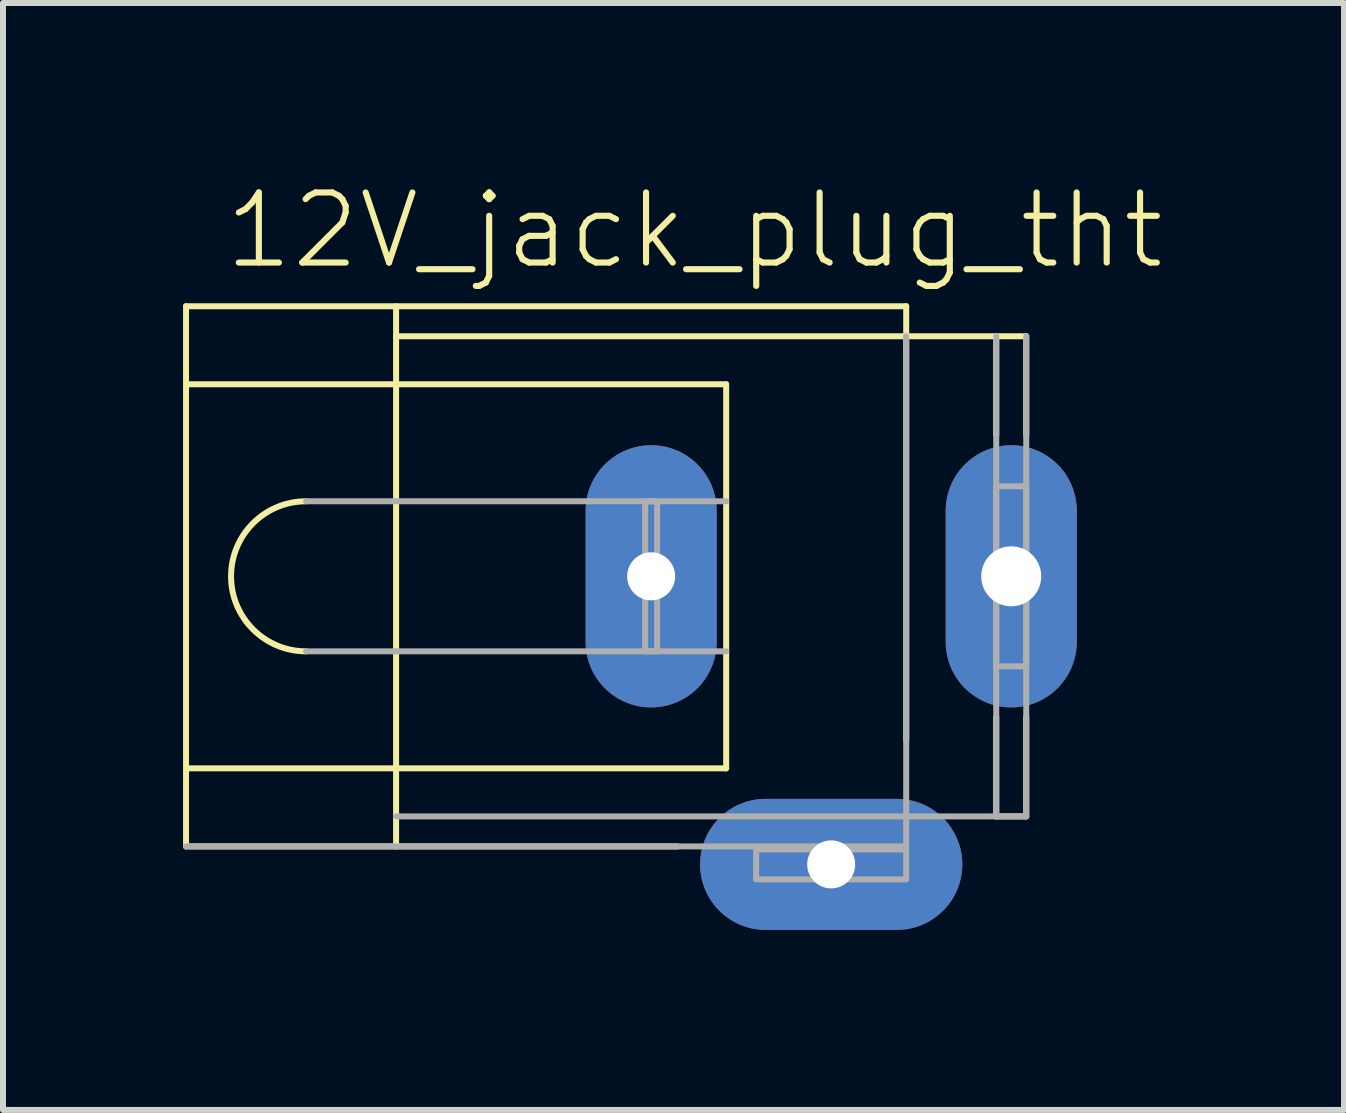
<source format=kicad_pcb>
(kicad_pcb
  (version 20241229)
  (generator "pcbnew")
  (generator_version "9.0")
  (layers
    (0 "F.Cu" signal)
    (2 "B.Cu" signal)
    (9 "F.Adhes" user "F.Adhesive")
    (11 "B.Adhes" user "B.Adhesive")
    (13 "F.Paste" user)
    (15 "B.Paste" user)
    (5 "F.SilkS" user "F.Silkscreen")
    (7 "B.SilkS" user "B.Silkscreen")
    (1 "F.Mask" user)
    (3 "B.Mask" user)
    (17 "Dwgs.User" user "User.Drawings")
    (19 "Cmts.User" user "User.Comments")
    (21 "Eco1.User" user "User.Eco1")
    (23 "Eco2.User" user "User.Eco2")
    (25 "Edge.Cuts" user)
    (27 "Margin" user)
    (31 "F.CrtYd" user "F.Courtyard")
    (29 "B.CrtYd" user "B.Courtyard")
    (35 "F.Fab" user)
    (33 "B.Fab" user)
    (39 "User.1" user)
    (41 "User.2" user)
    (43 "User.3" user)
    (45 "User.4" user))
  (footprint "12V_jack_plug_tht"
    (layer "F.Cu")
    (at 10.8 6.553)
    (property "Reference" "12V_jack_plug_tht" (at -10.16 -5.08 0) (layer "F.SilkS") (effects (font (size 1.168 1.168) (thickness 0.102)) (justify left bottom)))
    (fp_line (start -10.75 -4.5) (end 1.25 -4.5) (stroke (width 0.1) (type solid)) (layer "F.SilkS"))
    (fp_line (start -10.75 -3.2) (end -10.75 -4.5) (stroke (width 0.1) (type solid)) (layer "F.SilkS"))
    (fp_line (start -10.75 -3.2) (end -1.75 -3.2) (stroke (width 0.1) (type solid)) (layer "F.SilkS"))
    (fp_line (start -10.75 3.2) (end -10.75 -3.2) (stroke (width 0.1) (type solid)) (layer "F.SilkS"))
    (fp_line (start -10.75 3.2) (end -1.75 3.2) (stroke (width 0.1) (type solid)) (layer "F.SilkS"))
    (fp_line (start -10.75 4.5) (end -10.75 3.2) (stroke (width 0.1) (type solid)) (layer "F.SilkS"))
    (fp_line (start -10.75 4.5) (end -2.56 4.5) (stroke (width 0.1) (type solid)) (layer "F.SilkS"))
    (fp_line (start -7.25 -4) (end -7.25 -4.5) (stroke (width 0.1) (type solid)) (layer "F.SilkS"))
    (fp_line (start -7.25 -4) (end 1.25 -4) (stroke (width 0.1) (type solid)) (layer "F.SilkS"))
    (fp_line (start -7.25 4.5) (end -7.25 -4) (stroke (width 0.1) (type solid)) (layer "F.SilkS"))
    (fp_line (start -1.75 -1.25) (end -1.75 -3.2) (stroke (width 0.1) (type solid)) (layer "F.SilkS"))
    (fp_line (start -1.75 1.25) (end -1.75 -1.25) (stroke (width 0.1) (type solid)) (layer "F.SilkS"))
    (fp_line (start -1.75 3.2) (end -1.75 1.25) (stroke (width 0.1) (type solid)) (layer "F.SilkS"))
    (fp_line (start 1.25 -4) (end 1.25 -4.5) (stroke (width 0.1) (type solid)) (layer "F.SilkS"))
    (fp_line (start 1.25 -4) (end 2.75 -4) (stroke (width 0.1) (type solid)) (layer "F.SilkS"))
    (fp_line (start 1.25 2.73) (end 1.25 -4) (stroke (width 0.1) (type solid)) (layer "F.SilkS"))
    (fp_line (start 2.75 -4) (end 3.25 -4) (stroke (width 0.1) (type solid)) (layer "F.SilkS"))
    (fp_line (start 2.75 -2.35) (end 2.75 -4) (stroke (width 0.1) (type solid)) (layer "F.SilkS"))
    (fp_line (start 2.75 4) (end 2.75 2.35) (stroke (width 0.1) (type solid)) (layer "F.SilkS"))
    (fp_line (start 2.75 4) (end 3.25 4) (stroke (width 0.1) (type solid)) (layer "F.SilkS"))
    (fp_line (start 3.25 -2.35) (end 3.25 -4) (stroke (width 0.1) (type solid)) (layer "F.SilkS"))
    (fp_line (start 3.25 4) (end 3.25 2.35) (stroke (width 0.1) (type solid)) (layer "F.SilkS"))
    (fp_arc (start -8.75 1.25) (mid -10 0) (end -8.75 -1.25) (stroke (width 0.1) (type solid)) (layer "F.SilkS"))
    (fp_line (start -10.75 4.5) (end 1.25 4.5) (stroke (width 0.1) (type solid)) (layer "F.Fab"))
    (fp_line (start -8.75 -1.25) (end -1.75 -1.25) (stroke (width 0.1) (type solid)) (layer "F.Fab"))
    (fp_line (start -8.75 1.25) (end -1.75 1.25) (stroke (width 0.1) (type solid)) (layer "F.Fab"))
    (fp_line (start -7.25 4) (end 1.25 4) (stroke (width 0.1) (type solid)) (layer "F.Fab"))
    (fp_line (start 1.25 4) (end 1.25 -4) (stroke (width 0.1) (type solid)) (layer "F.Fab"))
    (fp_line (start 1.25 4) (end 2.75 4) (stroke (width 0.1) (type solid)) (layer "F.Fab"))
    (fp_line (start 1.25 4.5) (end 1.25 4) (stroke (width 0.1) (type solid)) (layer "F.Fab"))
    (fp_line (start 2.75 4) (end 2.75 -4) (stroke (width 0.1) (type solid)) (layer "F.Fab"))
    (fp_line (start 2.75 4) (end 3.25 4) (stroke (width 0.1) (type solid)) (layer "F.Fab"))
    (fp_line (start 3.25 4) (end 3.25 -4) (stroke (width 0.1) (type solid)) (layer "F.Fab"))
    (fp_poly (pts (xy -3.1 1.25) (xy -2.9 1.25) (xy -2.9 -1.25) (xy -3.1 -1.25)) (stroke (width 0.1) (type solid)) (fill no) (layer "F.Fab"))
    (fp_poly (pts (xy -1.25 5.05) (xy 1.25 5.05) (xy 1.25 4.55) (xy -1.25 4.55)) (stroke (width 0.1) (type solid)) (fill no) (layer "F.Fab"))
    (fp_poly (pts (xy 2.75 1.5) (xy 3.25 1.5) (xy 3.25 -1.5) (xy 2.75 -1.5)) (stroke (width 0.1) (type solid)) (fill no) (layer "F.Fab"))
    (pad "1" thru_hole oval (at -3 0 90) (size 4.369 2.184) (drill 0.8) (layers "*.Cu" "*.Mask"))
    (pad "2" thru_hole oval (at 0 4.8) (size 4.369 2.184) (drill 0.8) (layers "*.Cu" "*.Mask"))
    (pad "3" thru_hole oval (at 3 0 90) (size 4.369 2.184) (drill 1) (layers "*.Cu" "*.Mask")))
  (gr_rect
    (start -3 -3)
    (end 19.345 15.445)
    (stroke (width 0.1) (type default))
    (fill no)
    (layer "Edge.Cuts")))
</source>
